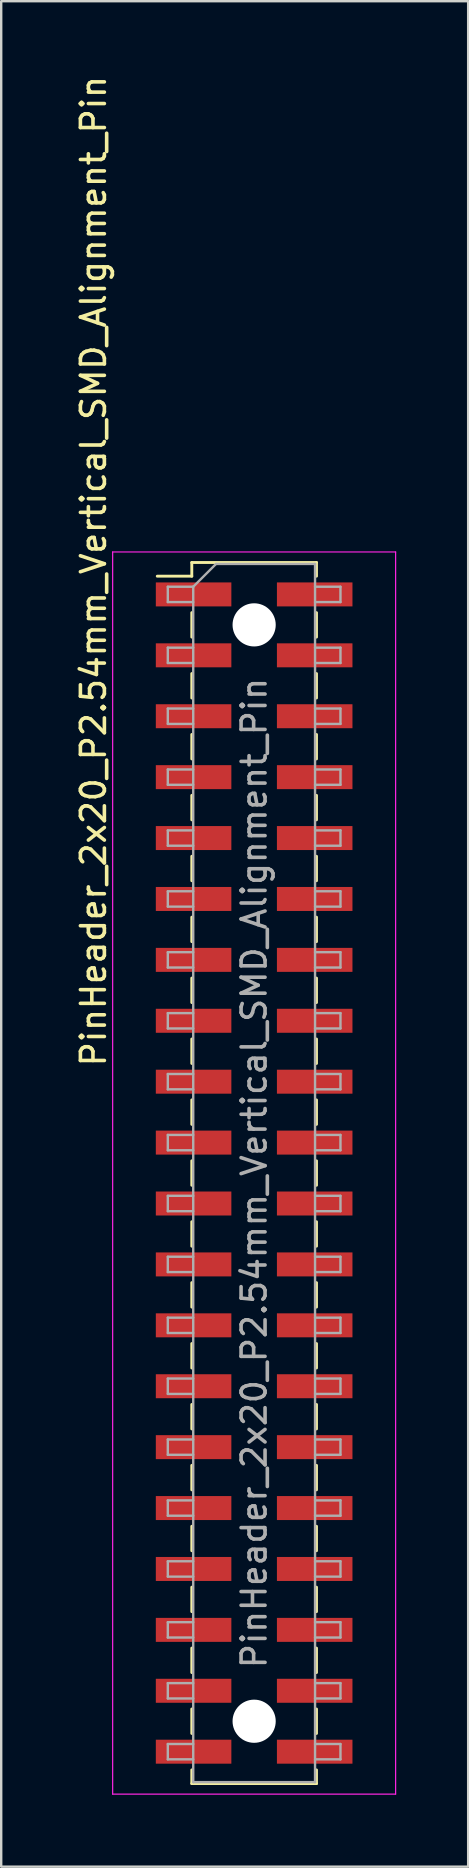
<source format=kicad_pcb>
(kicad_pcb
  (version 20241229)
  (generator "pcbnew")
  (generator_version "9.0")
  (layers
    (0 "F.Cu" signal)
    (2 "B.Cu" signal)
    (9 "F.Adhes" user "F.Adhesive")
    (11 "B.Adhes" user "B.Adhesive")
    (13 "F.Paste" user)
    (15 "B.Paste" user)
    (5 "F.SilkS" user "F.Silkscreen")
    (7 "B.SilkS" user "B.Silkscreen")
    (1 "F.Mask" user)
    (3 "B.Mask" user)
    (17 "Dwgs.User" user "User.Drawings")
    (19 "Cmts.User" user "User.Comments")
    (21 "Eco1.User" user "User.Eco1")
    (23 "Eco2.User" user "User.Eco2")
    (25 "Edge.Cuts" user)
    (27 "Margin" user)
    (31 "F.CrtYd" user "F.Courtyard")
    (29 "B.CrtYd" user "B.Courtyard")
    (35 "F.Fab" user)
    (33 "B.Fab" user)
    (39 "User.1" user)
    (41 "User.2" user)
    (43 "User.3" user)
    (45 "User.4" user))
  (footprint "PinHeader_2x20_P2.54mm_Vertical_SMD_Alignment_Pin"
    (layer "F.Cu")
    (at 7.548 45.868)
    (property "Reference" "PinHeader_2x20_P2.54mm_Vertical_SMD_Alignment_Pin" (at -6.7 -25.1 90) (layer "F.SilkS") (effects (font (size 1 1) (thickness 0.15))))
    (attr smd)
    (fp_line (start -4.04 -24.89) (end -2.6 -24.89) (stroke (width 0.12) (type solid)) (layer "F.SilkS"))
    (fp_line (start -2.6 -25.46) (end -2.6 -24.89) (stroke (width 0.12) (type solid)) (layer "F.SilkS"))
    (fp_line (start -2.6 -25.46) (end 2.6 -25.46) (stroke (width 0.12) (type solid)) (layer "F.SilkS"))
    (fp_line (start -2.6 -23.37) (end -2.6 -22.35) (stroke (width 0.12) (type solid)) (layer "F.SilkS"))
    (fp_line (start -2.6 -20.83) (end -2.6 -19.81) (stroke (width 0.12) (type solid)) (layer "F.SilkS"))
    (fp_line (start -2.6 -18.29) (end -2.6 -17.27) (stroke (width 0.12) (type solid)) (layer "F.SilkS"))
    (fp_line (start -2.6 -15.75) (end -2.6 -14.73) (stroke (width 0.12) (type solid)) (layer "F.SilkS"))
    (fp_line (start -2.6 -13.21) (end -2.6 -12.19) (stroke (width 0.12) (type solid)) (layer "F.SilkS"))
    (fp_line (start -2.6 -10.67) (end -2.6 -9.65) (stroke (width 0.12) (type solid)) (layer "F.SilkS"))
    (fp_line (start -2.6 -8.13) (end -2.6 -7.11) (stroke (width 0.12) (type solid)) (layer "F.SilkS"))
    (fp_line (start -2.6 -5.59) (end -2.6 -4.57) (stroke (width 0.12) (type solid)) (layer "F.SilkS"))
    (fp_line (start -2.6 -3.05) (end -2.6 -2.03) (stroke (width 0.12) (type solid)) (layer "F.SilkS"))
    (fp_line (start -2.6 -0.51) (end -2.6 0.51) (stroke (width 0.12) (type solid)) (layer "F.SilkS"))
    (fp_line (start -2.6 2.03) (end -2.6 3.05) (stroke (width 0.12) (type solid)) (layer "F.SilkS"))
    (fp_line (start -2.6 4.57) (end -2.6 5.59) (stroke (width 0.12) (type solid)) (layer "F.SilkS"))
    (fp_line (start -2.6 7.11) (end -2.6 8.13) (stroke (width 0.12) (type solid)) (layer "F.SilkS"))
    (fp_line (start -2.6 9.65) (end -2.6 10.67) (stroke (width 0.12) (type solid)) (layer "F.SilkS"))
    (fp_line (start -2.6 12.19) (end -2.6 13.21) (stroke (width 0.12) (type solid)) (layer "F.SilkS"))
    (fp_line (start -2.6 14.73) (end -2.6 15.75) (stroke (width 0.12) (type solid)) (layer "F.SilkS"))
    (fp_line (start -2.6 17.27) (end -2.6 18.29) (stroke (width 0.12) (type solid)) (layer "F.SilkS"))
    (fp_line (start -2.6 19.81) (end -2.6 20.83) (stroke (width 0.12) (type solid)) (layer "F.SilkS"))
    (fp_line (start -2.6 22.35) (end -2.6 23.37) (stroke (width 0.12) (type solid)) (layer "F.SilkS"))
    (fp_line (start -2.6 24.89) (end -2.6 25.46) (stroke (width 0.12) (type solid)) (layer "F.SilkS"))
    (fp_line (start -2.6 25.46) (end 2.6 25.46) (stroke (width 0.12) (type solid)) (layer "F.SilkS"))
    (fp_line (start 2.6 -25.46) (end 2.6 -24.89) (stroke (width 0.12) (type solid)) (layer "F.SilkS"))
    (fp_line (start 2.6 -23.37) (end 2.6 -22.35) (stroke (width 0.12) (type solid)) (layer "F.SilkS"))
    (fp_line (start 2.6 -20.83) (end 2.6 -19.81) (stroke (width 0.12) (type solid)) (layer "F.SilkS"))
    (fp_line (start 2.6 -18.29) (end 2.6 -17.27) (stroke (width 0.12) (type solid)) (layer "F.SilkS"))
    (fp_line (start 2.6 -15.75) (end 2.6 -14.73) (stroke (width 0.12) (type solid)) (layer "F.SilkS"))
    (fp_line (start 2.6 -13.21) (end 2.6 -12.19) (stroke (width 0.12) (type solid)) (layer "F.SilkS"))
    (fp_line (start 2.6 -10.67) (end 2.6 -9.65) (stroke (width 0.12) (type solid)) (layer "F.SilkS"))
    (fp_line (start 2.6 -8.13) (end 2.6 -7.11) (stroke (width 0.12) (type solid)) (layer "F.SilkS"))
    (fp_line (start 2.6 -5.59) (end 2.6 -4.57) (stroke (width 0.12) (type solid)) (layer "F.SilkS"))
    (fp_line (start 2.6 -3.05) (end 2.6 -2.03) (stroke (width 0.12) (type solid)) (layer "F.SilkS"))
    (fp_line (start 2.6 -0.51) (end 2.6 0.51) (stroke (width 0.12) (type solid)) (layer "F.SilkS"))
    (fp_line (start 2.6 2.03) (end 2.6 3.05) (stroke (width 0.12) (type solid)) (layer "F.SilkS"))
    (fp_line (start 2.6 4.57) (end 2.6 5.59) (stroke (width 0.12) (type solid)) (layer "F.SilkS"))
    (fp_line (start 2.6 7.11) (end 2.6 8.13) (stroke (width 0.12) (type solid)) (layer "F.SilkS"))
    (fp_line (start 2.6 9.65) (end 2.6 10.67) (stroke (width 0.12) (type solid)) (layer "F.SilkS"))
    (fp_line (start 2.6 12.19) (end 2.6 13.21) (stroke (width 0.12) (type solid)) (layer "F.SilkS"))
    (fp_line (start 2.6 14.73) (end 2.6 15.75) (stroke (width 0.12) (type solid)) (layer "F.SilkS"))
    (fp_line (start 2.6 17.27) (end 2.6 18.29) (stroke (width 0.12) (type solid)) (layer "F.SilkS"))
    (fp_line (start 2.6 19.81) (end 2.6 20.83) (stroke (width 0.12) (type solid)) (layer "F.SilkS"))
    (fp_line (start 2.6 22.35) (end 2.6 23.37) (stroke (width 0.12) (type solid)) (layer "F.SilkS"))
    (fp_line (start 2.6 24.89) (end 2.6 25.46) (stroke (width 0.12) (type solid)) (layer "F.SilkS"))
    (fp_line (start -5.9 -25.9) (end -5.9 25.9) (stroke (width 0.05) (type solid)) (layer "F.CrtYd"))
    (fp_line (start -5.9 25.9) (end 5.9 25.9) (stroke (width 0.05) (type solid)) (layer "F.CrtYd"))
    (fp_line (start 5.9 -25.9) (end -5.9 -25.9) (stroke (width 0.05) (type solid)) (layer "F.CrtYd"))
    (fp_line (start 5.9 25.9) (end 5.9 -25.9) (stroke (width 0.05) (type solid)) (layer "F.CrtYd"))
    (fp_line (start -3.6 -24.45) (end -3.6 -23.81) (stroke (width 0.1) (type solid)) (layer "F.Fab"))
    (fp_line (start -3.6 -23.81) (end -2.54 -23.81) (stroke (width 0.1) (type solid)) (layer "F.Fab"))
    (fp_line (start -3.6 -21.91) (end -3.6 -21.27) (stroke (width 0.1) (type solid)) (layer "F.Fab"))
    (fp_line (start -3.6 -21.27) (end -2.54 -21.27) (stroke (width 0.1) (type solid)) (layer "F.Fab"))
    (fp_line (start -3.6 -19.37) (end -3.6 -18.73) (stroke (width 0.1) (type solid)) (layer "F.Fab"))
    (fp_line (start -3.6 -18.73) (end -2.54 -18.73) (stroke (width 0.1) (type solid)) (layer "F.Fab"))
    (fp_line (start -3.6 -16.83) (end -3.6 -16.19) (stroke (width 0.1) (type solid)) (layer "F.Fab"))
    (fp_line (start -3.6 -16.19) (end -2.54 -16.19) (stroke (width 0.1) (type solid)) (layer "F.Fab"))
    (fp_line (start -3.6 -14.29) (end -3.6 -13.65) (stroke (width 0.1) (type solid)) (layer "F.Fab"))
    (fp_line (start -3.6 -13.65) (end -2.54 -13.65) (stroke (width 0.1) (type solid)) (layer "F.Fab"))
    (fp_line (start -3.6 -11.75) (end -3.6 -11.11) (stroke (width 0.1) (type solid)) (layer "F.Fab"))
    (fp_line (start -3.6 -11.11) (end -2.54 -11.11) (stroke (width 0.1) (type solid)) (layer "F.Fab"))
    (fp_line (start -3.6 -9.21) (end -3.6 -8.57) (stroke (width 0.1) (type solid)) (layer "F.Fab"))
    (fp_line (start -3.6 -8.57) (end -2.54 -8.57) (stroke (width 0.1) (type solid)) (layer "F.Fab"))
    (fp_line (start -3.6 -6.67) (end -3.6 -6.03) (stroke (width 0.1) (type solid)) (layer "F.Fab"))
    (fp_line (start -3.6 -6.03) (end -2.54 -6.03) (stroke (width 0.1) (type solid)) (layer "F.Fab"))
    (fp_line (start -3.6 -4.13) (end -3.6 -3.49) (stroke (width 0.1) (type solid)) (layer "F.Fab"))
    (fp_line (start -3.6 -3.49) (end -2.54 -3.49) (stroke (width 0.1) (type solid)) (layer "F.Fab"))
    (fp_line (start -3.6 -1.59) (end -3.6 -0.95) (stroke (width 0.1) (type solid)) (layer "F.Fab"))
    (fp_line (start -3.6 -0.95) (end -2.54 -0.95) (stroke (width 0.1) (type solid)) (layer "F.Fab"))
    (fp_line (start -3.6 0.95) (end -3.6 1.59) (stroke (width 0.1) (type solid)) (layer "F.Fab"))
    (fp_line (start -3.6 1.59) (end -2.54 1.59) (stroke (width 0.1) (type solid)) (layer "F.Fab"))
    (fp_line (start -3.6 3.49) (end -3.6 4.13) (stroke (width 0.1) (type solid)) (layer "F.Fab"))
    (fp_line (start -3.6 4.13) (end -2.54 4.13) (stroke (width 0.1) (type solid)) (layer "F.Fab"))
    (fp_line (start -3.6 6.03) (end -3.6 6.67) (stroke (width 0.1) (type solid)) (layer "F.Fab"))
    (fp_line (start -3.6 6.67) (end -2.54 6.67) (stroke (width 0.1) (type solid)) (layer "F.Fab"))
    (fp_line (start -3.6 8.57) (end -3.6 9.21) (stroke (width 0.1) (type solid)) (layer "F.Fab"))
    (fp_line (start -3.6 9.21) (end -2.54 9.21) (stroke (width 0.1) (type solid)) (layer "F.Fab"))
    (fp_line (start -3.6 11.11) (end -3.6 11.75) (stroke (width 0.1) (type solid)) (layer "F.Fab"))
    (fp_line (start -3.6 11.75) (end -2.54 11.75) (stroke (width 0.1) (type solid)) (layer "F.Fab"))
    (fp_line (start -3.6 13.65) (end -3.6 14.29) (stroke (width 0.1) (type solid)) (layer "F.Fab"))
    (fp_line (start -3.6 14.29) (end -2.54 14.29) (stroke (width 0.1) (type solid)) (layer "F.Fab"))
    (fp_line (start -3.6 16.19) (end -3.6 16.83) (stroke (width 0.1) (type solid)) (layer "F.Fab"))
    (fp_line (start -3.6 16.83) (end -2.54 16.83) (stroke (width 0.1) (type solid)) (layer "F.Fab"))
    (fp_line (start -3.6 18.73) (end -3.6 19.37) (stroke (width 0.1) (type solid)) (layer "F.Fab"))
    (fp_line (start -3.6 19.37) (end -2.54 19.37) (stroke (width 0.1) (type solid)) (layer "F.Fab"))
    (fp_line (start -3.6 21.27) (end -3.6 21.91) (stroke (width 0.1) (type solid)) (layer "F.Fab"))
    (fp_line (start -3.6 21.91) (end -2.54 21.91) (stroke (width 0.1) (type solid)) (layer "F.Fab"))
    (fp_line (start -3.6 23.81) (end -3.6 24.45) (stroke (width 0.1) (type solid)) (layer "F.Fab"))
    (fp_line (start -3.6 24.45) (end -2.54 24.45) (stroke (width 0.1) (type solid)) (layer "F.Fab"))
    (fp_line (start -2.54 -24.45) (end -3.6 -24.45) (stroke (width 0.1) (type solid)) (layer "F.Fab"))
    (fp_line (start -2.54 -24.45) (end -1.59 -25.4) (stroke (width 0.1) (type solid)) (layer "F.Fab"))
    (fp_line (start -2.54 -21.91) (end -3.6 -21.91) (stroke (width 0.1) (type solid)) (layer "F.Fab"))
    (fp_line (start -2.54 -19.37) (end -3.6 -19.37) (stroke (width 0.1) (type solid)) (layer "F.Fab"))
    (fp_line (start -2.54 -16.83) (end -3.6 -16.83) (stroke (width 0.1) (type solid)) (layer "F.Fab"))
    (fp_line (start -2.54 -14.29) (end -3.6 -14.29) (stroke (width 0.1) (type solid)) (layer "F.Fab"))
    (fp_line (start -2.54 -11.75) (end -3.6 -11.75) (stroke (width 0.1) (type solid)) (layer "F.Fab"))
    (fp_line (start -2.54 -9.21) (end -3.6 -9.21) (stroke (width 0.1) (type solid)) (layer "F.Fab"))
    (fp_line (start -2.54 -6.67) (end -3.6 -6.67) (stroke (width 0.1) (type solid)) (layer "F.Fab"))
    (fp_line (start -2.54 -4.13) (end -3.6 -4.13) (stroke (width 0.1) (type solid)) (layer "F.Fab"))
    (fp_line (start -2.54 -1.59) (end -3.6 -1.59) (stroke (width 0.1) (type solid)) (layer "F.Fab"))
    (fp_line (start -2.54 0.95) (end -3.6 0.95) (stroke (width 0.1) (type solid)) (layer "F.Fab"))
    (fp_line (start -2.54 3.49) (end -3.6 3.49) (stroke (width 0.1) (type solid)) (layer "F.Fab"))
    (fp_line (start -2.54 6.03) (end -3.6 6.03) (stroke (width 0.1) (type solid)) (layer "F.Fab"))
    (fp_line (start -2.54 8.57) (end -3.6 8.57) (stroke (width 0.1) (type solid)) (layer "F.Fab"))
    (fp_line (start -2.54 11.11) (end -3.6 11.11) (stroke (width 0.1) (type solid)) (layer "F.Fab"))
    (fp_line (start -2.54 13.65) (end -3.6 13.65) (stroke (width 0.1) (type solid)) (layer "F.Fab"))
    (fp_line (start -2.54 16.19) (end -3.6 16.19) (stroke (width 0.1) (type solid)) (layer "F.Fab"))
    (fp_line (start -2.54 18.73) (end -3.6 18.73) (stroke (width 0.1) (type solid)) (layer "F.Fab"))
    (fp_line (start -2.54 21.27) (end -3.6 21.27) (stroke (width 0.1) (type solid)) (layer "F.Fab"))
    (fp_line (start -2.54 23.81) (end -3.6 23.81) (stroke (width 0.1) (type solid)) (layer "F.Fab"))
    (fp_line (start -2.54 25.4) (end -2.54 -24.45) (stroke (width 0.1) (type solid)) (layer "F.Fab"))
    (fp_line (start -1.59 -25.4) (end 2.54 -25.4) (stroke (width 0.1) (type solid)) (layer "F.Fab"))
    (fp_line (start 2.54 -25.4) (end 2.54 25.4) (stroke (width 0.1) (type solid)) (layer "F.Fab"))
    (fp_line (start 2.54 -24.45) (end 3.6 -24.45) (stroke (width 0.1) (type solid)) (layer "F.Fab"))
    (fp_line (start 2.54 -21.91) (end 3.6 -21.91) (stroke (width 0.1) (type solid)) (layer "F.Fab"))
    (fp_line (start 2.54 -19.37) (end 3.6 -19.37) (stroke (width 0.1) (type solid)) (layer "F.Fab"))
    (fp_line (start 2.54 -16.83) (end 3.6 -16.83) (stroke (width 0.1) (type solid)) (layer "F.Fab"))
    (fp_line (start 2.54 -14.29) (end 3.6 -14.29) (stroke (width 0.1) (type solid)) (layer "F.Fab"))
    (fp_line (start 2.54 -11.75) (end 3.6 -11.75) (stroke (width 0.1) (type solid)) (layer "F.Fab"))
    (fp_line (start 2.54 -9.21) (end 3.6 -9.21) (stroke (width 0.1) (type solid)) (layer "F.Fab"))
    (fp_line (start 2.54 -6.67) (end 3.6 -6.67) (stroke (width 0.1) (type solid)) (layer "F.Fab"))
    (fp_line (start 2.54 -4.13) (end 3.6 -4.13) (stroke (width 0.1) (type solid)) (layer "F.Fab"))
    (fp_line (start 2.54 -1.59) (end 3.6 -1.59) (stroke (width 0.1) (type solid)) (layer "F.Fab"))
    (fp_line (start 2.54 0.95) (end 3.6 0.95) (stroke (width 0.1) (type solid)) (layer "F.Fab"))
    (fp_line (start 2.54 3.49) (end 3.6 3.49) (stroke (width 0.1) (type solid)) (layer "F.Fab"))
    (fp_line (start 2.54 6.03) (end 3.6 6.03) (stroke (width 0.1) (type solid)) (layer "F.Fab"))
    (fp_line (start 2.54 8.57) (end 3.6 8.57) (stroke (width 0.1) (type solid)) (layer "F.Fab"))
    (fp_line (start 2.54 11.11) (end 3.6 11.11) (stroke (width 0.1) (type solid)) (layer "F.Fab"))
    (fp_line (start 2.54 13.65) (end 3.6 13.65) (stroke (width 0.1) (type solid)) (layer "F.Fab"))
    (fp_line (start 2.54 16.19) (end 3.6 16.19) (stroke (width 0.1) (type solid)) (layer "F.Fab"))
    (fp_line (start 2.54 18.73) (end 3.6 18.73) (stroke (width 0.1) (type solid)) (layer "F.Fab"))
    (fp_line (start 2.54 21.27) (end 3.6 21.27) (stroke (width 0.1) (type solid)) (layer "F.Fab"))
    (fp_line (start 2.54 23.81) (end 3.6 23.81) (stroke (width 0.1) (type solid)) (layer "F.Fab"))
    (fp_line (start 2.54 25.4) (end -2.54 25.4) (stroke (width 0.1) (type solid)) (layer "F.Fab"))
    (fp_line (start 3.6 -24.45) (end 3.6 -23.81) (stroke (width 0.1) (type solid)) (layer "F.Fab"))
    (fp_line (start 3.6 -23.81) (end 2.54 -23.81) (stroke (width 0.1) (type solid)) (layer "F.Fab"))
    (fp_line (start 3.6 -21.91) (end 3.6 -21.27) (stroke (width 0.1) (type solid)) (layer "F.Fab"))
    (fp_line (start 3.6 -21.27) (end 2.54 -21.27) (stroke (width 0.1) (type solid)) (layer "F.Fab"))
    (fp_line (start 3.6 -19.37) (end 3.6 -18.73) (stroke (width 0.1) (type solid)) (layer "F.Fab"))
    (fp_line (start 3.6 -18.73) (end 2.54 -18.73) (stroke (width 0.1) (type solid)) (layer "F.Fab"))
    (fp_line (start 3.6 -16.83) (end 3.6 -16.19) (stroke (width 0.1) (type solid)) (layer "F.Fab"))
    (fp_line (start 3.6 -16.19) (end 2.54 -16.19) (stroke (width 0.1) (type solid)) (layer "F.Fab"))
    (fp_line (start 3.6 -14.29) (end 3.6 -13.65) (stroke (width 0.1) (type solid)) (layer "F.Fab"))
    (fp_line (start 3.6 -13.65) (end 2.54 -13.65) (stroke (width 0.1) (type solid)) (layer "F.Fab"))
    (fp_line (start 3.6 -11.75) (end 3.6 -11.11) (stroke (width 0.1) (type solid)) (layer "F.Fab"))
    (fp_line (start 3.6 -11.11) (end 2.54 -11.11) (stroke (width 0.1) (type solid)) (layer "F.Fab"))
    (fp_line (start 3.6 -9.21) (end 3.6 -8.57) (stroke (width 0.1) (type solid)) (layer "F.Fab"))
    (fp_line (start 3.6 -8.57) (end 2.54 -8.57) (stroke (width 0.1) (type solid)) (layer "F.Fab"))
    (fp_line (start 3.6 -6.67) (end 3.6 -6.03) (stroke (width 0.1) (type solid)) (layer "F.Fab"))
    (fp_line (start 3.6 -6.03) (end 2.54 -6.03) (stroke (width 0.1) (type solid)) (layer "F.Fab"))
    (fp_line (start 3.6 -4.13) (end 3.6 -3.49) (stroke (width 0.1) (type solid)) (layer "F.Fab"))
    (fp_line (start 3.6 -3.49) (end 2.54 -3.49) (stroke (width 0.1) (type solid)) (layer "F.Fab"))
    (fp_line (start 3.6 -1.59) (end 3.6 -0.95) (stroke (width 0.1) (type solid)) (layer "F.Fab"))
    (fp_line (start 3.6 -0.95) (end 2.54 -0.95) (stroke (width 0.1) (type solid)) (layer "F.Fab"))
    (fp_line (start 3.6 0.95) (end 3.6 1.59) (stroke (width 0.1) (type solid)) (layer "F.Fab"))
    (fp_line (start 3.6 1.59) (end 2.54 1.59) (stroke (width 0.1) (type solid)) (layer "F.Fab"))
    (fp_line (start 3.6 3.49) (end 3.6 4.13) (stroke (width 0.1) (type solid)) (layer "F.Fab"))
    (fp_line (start 3.6 4.13) (end 2.54 4.13) (stroke (width 0.1) (type solid)) (layer "F.Fab"))
    (fp_line (start 3.6 6.03) (end 3.6 6.67) (stroke (width 0.1) (type solid)) (layer "F.Fab"))
    (fp_line (start 3.6 6.67) (end 2.54 6.67) (stroke (width 0.1) (type solid)) (layer "F.Fab"))
    (fp_line (start 3.6 8.57) (end 3.6 9.21) (stroke (width 0.1) (type solid)) (layer "F.Fab"))
    (fp_line (start 3.6 9.21) (end 2.54 9.21) (stroke (width 0.1) (type solid)) (layer "F.Fab"))
    (fp_line (start 3.6 11.11) (end 3.6 11.75) (stroke (width 0.1) (type solid)) (layer "F.Fab"))
    (fp_line (start 3.6 11.75) (end 2.54 11.75) (stroke (width 0.1) (type solid)) (layer "F.Fab"))
    (fp_line (start 3.6 13.65) (end 3.6 14.29) (stroke (width 0.1) (type solid)) (layer "F.Fab"))
    (fp_line (start 3.6 14.29) (end 2.54 14.29) (stroke (width 0.1) (type solid)) (layer "F.Fab"))
    (fp_line (start 3.6 16.19) (end 3.6 16.83) (stroke (width 0.1) (type solid)) (layer "F.Fab"))
    (fp_line (start 3.6 16.83) (end 2.54 16.83) (stroke (width 0.1) (type solid)) (layer "F.Fab"))
    (fp_line (start 3.6 18.73) (end 3.6 19.37) (stroke (width 0.1) (type solid)) (layer "F.Fab"))
    (fp_line (start 3.6 19.37) (end 2.54 19.37) (stroke (width 0.1) (type solid)) (layer "F.Fab"))
    (fp_line (start 3.6 21.27) (end 3.6 21.91) (stroke (width 0.1) (type solid)) (layer "F.Fab"))
    (fp_line (start 3.6 21.91) (end 2.54 21.91) (stroke (width 0.1) (type solid)) (layer "F.Fab"))
    (fp_line (start 3.6 23.81) (end 3.6 24.45) (stroke (width 0.1) (type solid)) (layer "F.Fab"))
    (fp_line (start 3.6 24.45) (end 2.54 24.45) (stroke (width 0.1) (type solid)) (layer "F.Fab"))
    (fp_text user "${REFERENCE}" (at 0 0 90) (layer "F.Fab") (effects (font (size 1 1) (thickness 0.15))))
    (pad "" np_thru_hole circle (at 0 -22.86) (size 1.8 1.8) (drill 1.8) (layers "*.Cu" "*.Mask"))
    (pad "" np_thru_hole circle (at 0 22.86) (size 1.8 1.8) (drill 1.8) (layers "*.Cu" "*.Mask"))
    (pad "1" smd rect (at -2.525 -24.13) (size 3.15 1) (layers "F.Cu" "F.Mask" "F.Paste"))
    (pad "2" smd rect (at 2.525 -24.13) (size 3.15 1) (layers "F.Cu" "F.Mask" "F.Paste"))
    (pad "3" smd rect (at -2.525 -21.59) (size 3.15 1) (layers "F.Cu" "F.Mask" "F.Paste"))
    (pad "4" smd rect (at 2.525 -21.59) (size 3.15 1) (layers "F.Cu" "F.Mask" "F.Paste"))
    (pad "5" smd rect (at -2.525 -19.05) (size 3.15 1) (layers "F.Cu" "F.Mask" "F.Paste"))
    (pad "6" smd rect (at 2.525 -19.05) (size 3.15 1) (layers "F.Cu" "F.Mask" "F.Paste"))
    (pad "7" smd rect (at -2.525 -16.51) (size 3.15 1) (layers "F.Cu" "F.Mask" "F.Paste"))
    (pad "8" smd rect (at 2.525 -16.51) (size 3.15 1) (layers "F.Cu" "F.Mask" "F.Paste"))
    (pad "9" smd rect (at -2.525 -13.97) (size 3.15 1) (layers "F.Cu" "F.Mask" "F.Paste"))
    (pad "10" smd rect (at 2.525 -13.97) (size 3.15 1) (layers "F.Cu" "F.Mask" "F.Paste"))
    (pad "11" smd rect (at -2.525 -11.43) (size 3.15 1) (layers "F.Cu" "F.Mask" "F.Paste"))
    (pad "12" smd rect (at 2.525 -11.43) (size 3.15 1) (layers "F.Cu" "F.Mask" "F.Paste"))
    (pad "13" smd rect (at -2.525 -8.89) (size 3.15 1) (layers "F.Cu" "F.Mask" "F.Paste"))
    (pad "14" smd rect (at 2.525 -8.89) (size 3.15 1) (layers "F.Cu" "F.Mask" "F.Paste"))
    (pad "15" smd rect (at -2.525 -6.35) (size 3.15 1) (layers "F.Cu" "F.Mask" "F.Paste"))
    (pad "16" smd rect (at 2.525 -6.35) (size 3.15 1) (layers "F.Cu" "F.Mask" "F.Paste"))
    (pad "17" smd rect (at -2.525 -3.81) (size 3.15 1) (layers "F.Cu" "F.Mask" "F.Paste"))
    (pad "18" smd rect (at 2.525 -3.81) (size 3.15 1) (layers "F.Cu" "F.Mask" "F.Paste"))
    (pad "19" smd rect (at -2.525 -1.27) (size 3.15 1) (layers "F.Cu" "F.Mask" "F.Paste"))
    (pad "20" smd rect (at 2.525 -1.27) (size 3.15 1) (layers "F.Cu" "F.Mask" "F.Paste"))
    (pad "21" smd rect (at -2.525 1.27) (size 3.15 1) (layers "F.Cu" "F.Mask" "F.Paste"))
    (pad "22" smd rect (at 2.525 1.27) (size 3.15 1) (layers "F.Cu" "F.Mask" "F.Paste"))
    (pad "23" smd rect (at -2.525 3.81) (size 3.15 1) (layers "F.Cu" "F.Mask" "F.Paste"))
    (pad "24" smd rect (at 2.525 3.81) (size 3.15 1) (layers "F.Cu" "F.Mask" "F.Paste"))
    (pad "25" smd rect (at -2.525 6.35) (size 3.15 1) (layers "F.Cu" "F.Mask" "F.Paste"))
    (pad "26" smd rect (at 2.525 6.35) (size 3.15 1) (layers "F.Cu" "F.Mask" "F.Paste"))
    (pad "27" smd rect (at -2.525 8.89) (size 3.15 1) (layers "F.Cu" "F.Mask" "F.Paste"))
    (pad "28" smd rect (at 2.525 8.89) (size 3.15 1) (layers "F.Cu" "F.Mask" "F.Paste"))
    (pad "29" smd rect (at -2.525 11.43) (size 3.15 1) (layers "F.Cu" "F.Mask" "F.Paste"))
    (pad "30" smd rect (at 2.525 11.43) (size 3.15 1) (layers "F.Cu" "F.Mask" "F.Paste"))
    (pad "31" smd rect (at -2.525 13.97) (size 3.15 1) (layers "F.Cu" "F.Mask" "F.Paste"))
    (pad "32" smd rect (at 2.525 13.97) (size 3.15 1) (layers "F.Cu" "F.Mask" "F.Paste"))
    (pad "33" smd rect (at -2.525 16.51) (size 3.15 1) (layers "F.Cu" "F.Mask" "F.Paste"))
    (pad "34" smd rect (at 2.525 16.51) (size 3.15 1) (layers "F.Cu" "F.Mask" "F.Paste"))
    (pad "35" smd rect (at -2.525 19.05) (size 3.15 1) (layers "F.Cu" "F.Mask" "F.Paste"))
    (pad "36" smd rect (at 2.525 19.05) (size 3.15 1) (layers "F.Cu" "F.Mask" "F.Paste"))
    (pad "37" smd rect (at -2.525 21.59) (size 3.15 1) (layers "F.Cu" "F.Mask" "F.Paste"))
    (pad "38" smd rect (at 2.525 21.59) (size 3.15 1) (layers "F.Cu" "F.Mask" "F.Paste"))
    (pad "39" smd rect (at -2.525 24.13) (size 3.15 1) (layers "F.Cu" "F.Mask" "F.Paste"))
    (pad "40" smd rect (at 2.525 24.13) (size 3.15 1) (layers "F.Cu" "F.Mask" "F.Paste")))
  (gr_rect
    (start -3 -3)
    (end 16.473 74.793)
    (stroke (width 0.1) (type default))
    (fill no)
    (layer "Edge.Cuts")))
</source>
